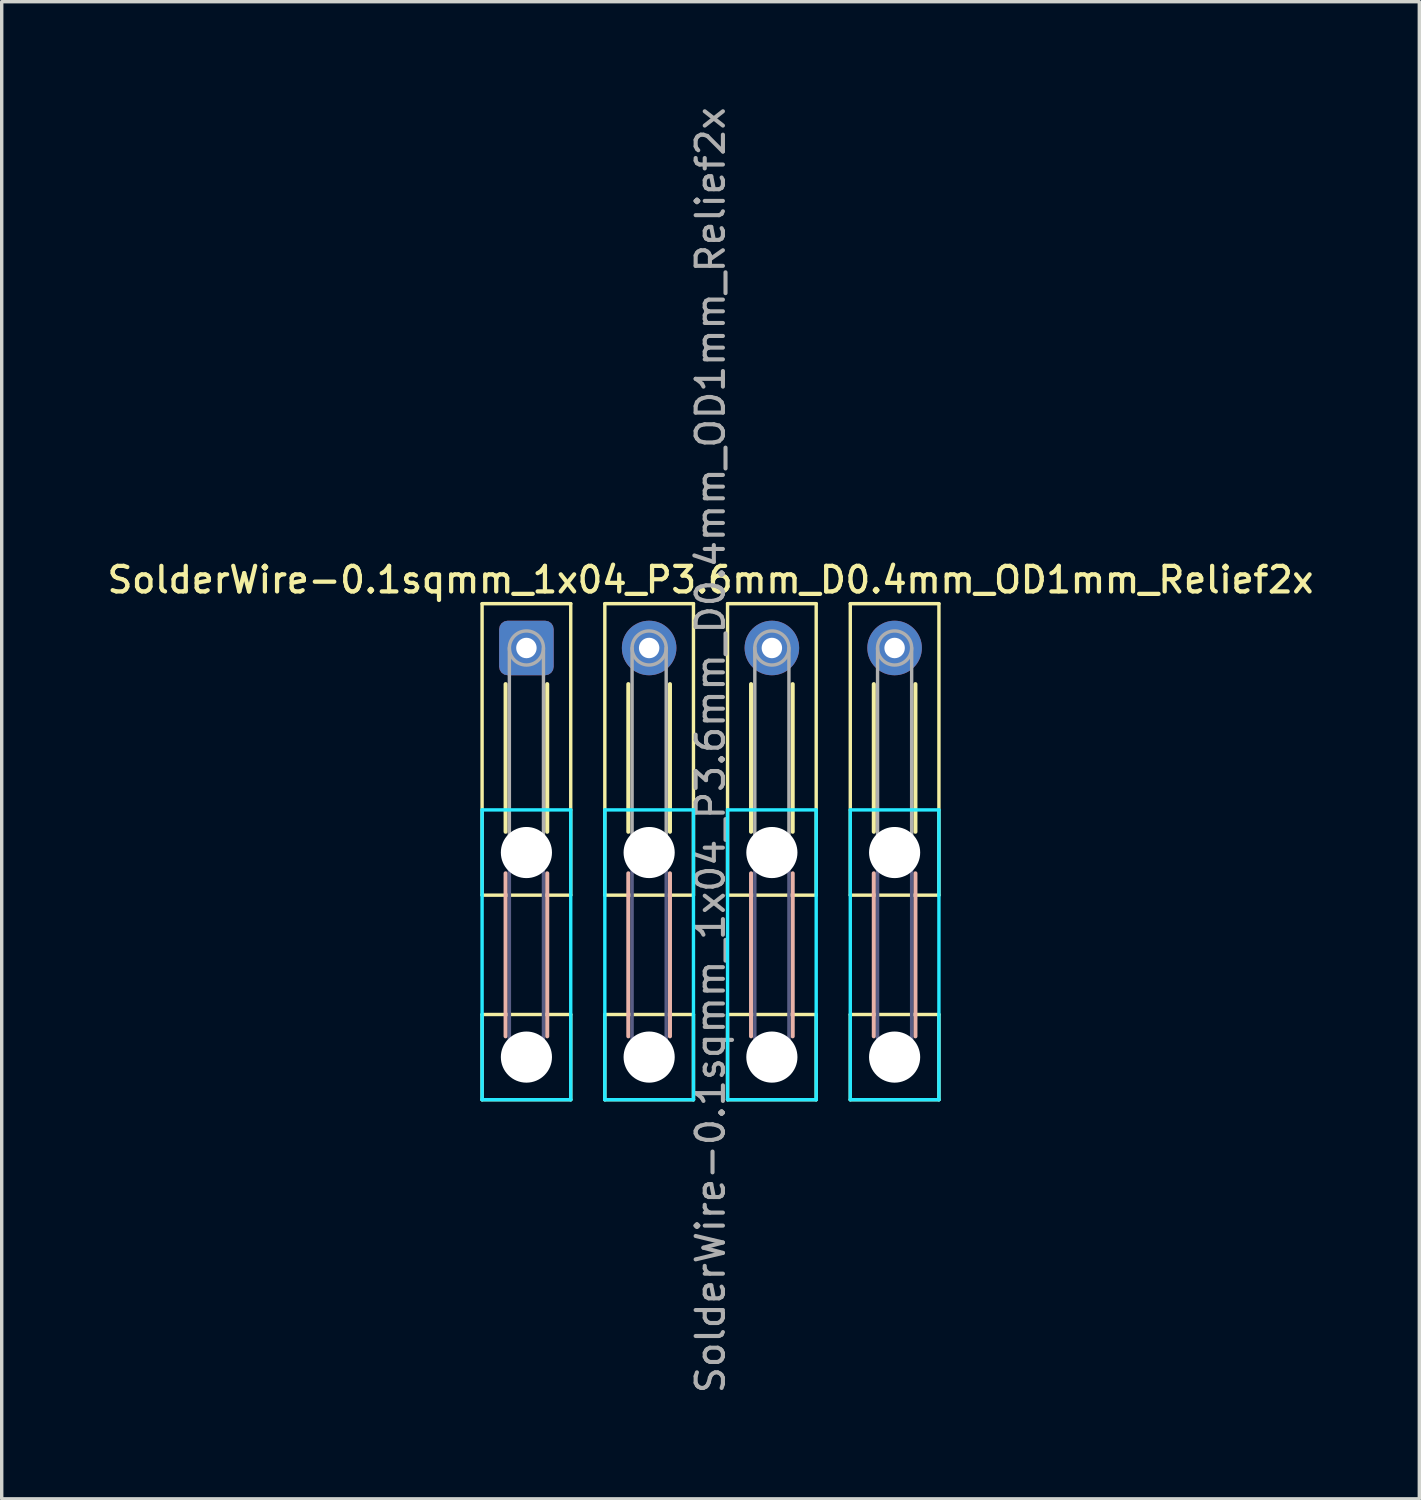
<source format=kicad_pcb>
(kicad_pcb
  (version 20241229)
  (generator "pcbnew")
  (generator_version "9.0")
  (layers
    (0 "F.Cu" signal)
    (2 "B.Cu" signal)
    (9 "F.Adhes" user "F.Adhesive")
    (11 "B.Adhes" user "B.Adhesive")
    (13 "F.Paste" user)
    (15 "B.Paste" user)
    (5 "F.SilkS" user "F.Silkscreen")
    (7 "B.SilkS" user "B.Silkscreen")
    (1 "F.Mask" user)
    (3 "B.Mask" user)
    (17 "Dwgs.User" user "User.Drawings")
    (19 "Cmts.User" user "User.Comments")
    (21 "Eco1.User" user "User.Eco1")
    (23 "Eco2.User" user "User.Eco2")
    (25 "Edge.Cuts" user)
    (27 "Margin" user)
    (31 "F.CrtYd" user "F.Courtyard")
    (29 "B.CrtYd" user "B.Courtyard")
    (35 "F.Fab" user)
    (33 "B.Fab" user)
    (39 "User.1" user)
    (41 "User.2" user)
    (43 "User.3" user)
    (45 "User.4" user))
  (footprint "SolderWire-0.1sqmm_1x04_P3.6mm_D0.4mm_OD1mm_Relief2x"
    (layer "F.Cu")
    (at 12.391 15.957)
    (property "Reference" "SolderWire-0.1sqmm_1x04_P3.6mm_D0.4mm_OD1mm_Relief2x" (at 5.4 -2 0) (layer "F.SilkS") (effects (font (size 0.75 0.75) (thickness 0.125))))
    (attr exclude_from_pos_files exclude_from_bom)
    (fp_line (start -1.3 -1.3) (end -1.3 7.25) (stroke (width 0.1) (type solid)) (layer "F.SilkS"))
    (fp_line (start -1.3 7.25) (end 1.3 7.25) (stroke (width 0.1) (type solid)) (layer "F.SilkS"))
    (fp_line (start -1.3 10.75) (end -1.3 13.25) (stroke (width 0.1) (type solid)) (layer "F.SilkS"))
    (fp_line (start -1.3 13.25) (end 1.3 13.25) (stroke (width 0.1) (type solid)) (layer "F.SilkS"))
    (fp_line (start -0.61 1.06) (end -0.61 5.39) (stroke (width 0.12) (type solid)) (layer "F.SilkS"))
    (fp_line (start 0.61 1.06) (end 0.61 5.39) (stroke (width 0.12) (type solid)) (layer "F.SilkS"))
    (fp_line (start 1.3 -1.3) (end -1.3 -1.3) (stroke (width 0.1) (type solid)) (layer "F.SilkS"))
    (fp_line (start 1.3 7.25) (end 1.3 -1.3) (stroke (width 0.1) (type solid)) (layer "F.SilkS"))
    (fp_line (start 1.3 10.75) (end -1.3 10.75) (stroke (width 0.1) (type solid)) (layer "F.SilkS"))
    (fp_line (start 1.3 13.25) (end 1.3 10.75) (stroke (width 0.1) (type solid)) (layer "F.SilkS"))
    (fp_line (start 2.3 -1.3) (end 2.3 7.25) (stroke (width 0.1) (type solid)) (layer "F.SilkS"))
    (fp_line (start 2.3 7.25) (end 4.9 7.25) (stroke (width 0.1) (type solid)) (layer "F.SilkS"))
    (fp_line (start 2.3 10.75) (end 2.3 13.25) (stroke (width 0.1) (type solid)) (layer "F.SilkS"))
    (fp_line (start 2.3 13.25) (end 4.9 13.25) (stroke (width 0.1) (type solid)) (layer "F.SilkS"))
    (fp_line (start 2.99 1.06) (end 2.99 5.39) (stroke (width 0.12) (type solid)) (layer "F.SilkS"))
    (fp_line (start 4.21 1.06) (end 4.21 5.39) (stroke (width 0.12) (type solid)) (layer "F.SilkS"))
    (fp_line (start 4.9 -1.3) (end 2.3 -1.3) (stroke (width 0.1) (type solid)) (layer "F.SilkS"))
    (fp_line (start 4.9 7.25) (end 4.9 -1.3) (stroke (width 0.1) (type solid)) (layer "F.SilkS"))
    (fp_line (start 4.9 10.75) (end 2.3 10.75) (stroke (width 0.1) (type solid)) (layer "F.SilkS"))
    (fp_line (start 4.9 13.25) (end 4.9 10.75) (stroke (width 0.1) (type solid)) (layer "F.SilkS"))
    (fp_line (start 5.9 -1.3) (end 5.9 7.25) (stroke (width 0.1) (type solid)) (layer "F.SilkS"))
    (fp_line (start 5.9 7.25) (end 8.5 7.25) (stroke (width 0.1) (type solid)) (layer "F.SilkS"))
    (fp_line (start 5.9 10.75) (end 5.9 13.25) (stroke (width 0.1) (type solid)) (layer "F.SilkS"))
    (fp_line (start 5.9 13.25) (end 8.5 13.25) (stroke (width 0.1) (type solid)) (layer "F.SilkS"))
    (fp_line (start 6.59 1.06) (end 6.59 5.39) (stroke (width 0.12) (type solid)) (layer "F.SilkS"))
    (fp_line (start 7.81 1.06) (end 7.81 5.39) (stroke (width 0.12) (type solid)) (layer "F.SilkS"))
    (fp_line (start 8.5 -1.3) (end 5.9 -1.3) (stroke (width 0.1) (type solid)) (layer "F.SilkS"))
    (fp_line (start 8.5 7.25) (end 8.5 -1.3) (stroke (width 0.1) (type solid)) (layer "F.SilkS"))
    (fp_line (start 8.5 10.75) (end 5.9 10.75) (stroke (width 0.1) (type solid)) (layer "F.SilkS"))
    (fp_line (start 8.5 13.25) (end 8.5 10.75) (stroke (width 0.1) (type solid)) (layer "F.SilkS"))
    (fp_line (start 9.5 -1.3) (end 9.5 7.25) (stroke (width 0.1) (type solid)) (layer "F.SilkS"))
    (fp_line (start 9.5 7.25) (end 12.1 7.25) (stroke (width 0.1) (type solid)) (layer "F.SilkS"))
    (fp_line (start 9.5 10.75) (end 9.5 13.25) (stroke (width 0.1) (type solid)) (layer "F.SilkS"))
    (fp_line (start 9.5 13.25) (end 12.1 13.25) (stroke (width 0.1) (type solid)) (layer "F.SilkS"))
    (fp_line (start 10.19 1.06) (end 10.19 5.39) (stroke (width 0.12) (type solid)) (layer "F.SilkS"))
    (fp_line (start 11.41 1.06) (end 11.41 5.39) (stroke (width 0.12) (type solid)) (layer "F.SilkS"))
    (fp_line (start 12.1 -1.3) (end 9.5 -1.3) (stroke (width 0.1) (type solid)) (layer "F.SilkS"))
    (fp_line (start 12.1 7.25) (end 12.1 -1.3) (stroke (width 0.1) (type solid)) (layer "F.SilkS"))
    (fp_line (start 12.1 10.75) (end 9.5 10.75) (stroke (width 0.1) (type solid)) (layer "F.SilkS"))
    (fp_line (start 12.1 13.25) (end 12.1 10.75) (stroke (width 0.1) (type solid)) (layer "F.SilkS"))
    (fp_line (start -0.61 6.61) (end -0.61 11.39) (stroke (width 0.12) (type solid)) (layer "B.SilkS"))
    (fp_line (start 0.61 6.61) (end 0.61 11.39) (stroke (width 0.12) (type solid)) (layer "B.SilkS"))
    (fp_line (start 2.99 6.61) (end 2.99 11.39) (stroke (width 0.12) (type solid)) (layer "B.SilkS"))
    (fp_line (start 4.21 6.61) (end 4.21 11.39) (stroke (width 0.12) (type solid)) (layer "B.SilkS"))
    (fp_line (start 6.59 6.61) (end 6.59 11.39) (stroke (width 0.12) (type solid)) (layer "B.SilkS"))
    (fp_line (start 7.81 6.61) (end 7.81 11.39) (stroke (width 0.12) (type solid)) (layer "B.SilkS"))
    (fp_line (start 10.19 6.61) (end 10.19 11.39) (stroke (width 0.12) (type solid)) (layer "B.SilkS"))
    (fp_line (start 11.41 6.61) (end 11.41 11.39) (stroke (width 0.12) (type solid)) (layer "B.SilkS"))
    (fp_line (start -1.3 4.75) (end -1.3 13.25) (stroke (width 0.1) (type solid)) (layer "B.CrtYd"))
    (fp_line (start -1.3 13.25) (end 1.3 13.25) (stroke (width 0.1) (type solid)) (layer "B.CrtYd"))
    (fp_line (start 1.3 4.75) (end -1.3 4.75) (stroke (width 0.1) (type solid)) (layer "B.CrtYd"))
    (fp_line (start 1.3 13.25) (end 1.3 4.75) (stroke (width 0.1) (type solid)) (layer "B.CrtYd"))
    (fp_line (start 2.3 4.75) (end 2.3 13.25) (stroke (width 0.1) (type solid)) (layer "B.CrtYd"))
    (fp_line (start 2.3 13.25) (end 4.9 13.25) (stroke (width 0.1) (type solid)) (layer "B.CrtYd"))
    (fp_line (start 4.9 4.75) (end 2.3 4.75) (stroke (width 0.1) (type solid)) (layer "B.CrtYd"))
    (fp_line (start 4.9 13.25) (end 4.9 4.75) (stroke (width 0.1) (type solid)) (layer "B.CrtYd"))
    (fp_line (start 5.9 4.75) (end 5.9 13.25) (stroke (width 0.1) (type solid)) (layer "B.CrtYd"))
    (fp_line (start 5.9 13.25) (end 8.5 13.25) (stroke (width 0.1) (type solid)) (layer "B.CrtYd"))
    (fp_line (start 8.5 4.75) (end 5.9 4.75) (stroke (width 0.1) (type solid)) (layer "B.CrtYd"))
    (fp_line (start 8.5 13.25) (end 8.5 4.75) (stroke (width 0.1) (type solid)) (layer "B.CrtYd"))
    (fp_line (start 9.5 4.75) (end 9.5 13.25) (stroke (width 0.1) (type solid)) (layer "B.CrtYd"))
    (fp_line (start 9.5 13.25) (end 12.1 13.25) (stroke (width 0.1) (type solid)) (layer "B.CrtYd"))
    (fp_line (start 12.1 4.75) (end 9.5 4.75) (stroke (width 0.1) (type solid)) (layer "B.CrtYd"))
    (fp_line (start 12.1 13.25) (end 12.1 4.75) (stroke (width 0.1) (type solid)) (layer "B.CrtYd"))
    (fp_line (start -0.5 6) (end -0.5 12) (stroke (width 0.1) (type solid)) (layer "B.Fab"))
    (fp_line (start 0.5 6) (end 0.5 12) (stroke (width 0.1) (type solid)) (layer "B.Fab"))
    (fp_line (start 3.1 6) (end 3.1 12) (stroke (width 0.1) (type solid)) (layer "B.Fab"))
    (fp_line (start 4.1 6) (end 4.1 12) (stroke (width 0.1) (type solid)) (layer "B.Fab"))
    (fp_line (start 6.7 6) (end 6.7 12) (stroke (width 0.1) (type solid)) (layer "B.Fab"))
    (fp_line (start 7.7 6) (end 7.7 12) (stroke (width 0.1) (type solid)) (layer "B.Fab"))
    (fp_line (start 10.3 6) (end 10.3 12) (stroke (width 0.1) (type solid)) (layer "B.Fab"))
    (fp_line (start 11.3 6) (end 11.3 12) (stroke (width 0.1) (type solid)) (layer "B.Fab"))
    (fp_circle (center 0 6) (end 0.5 6) (stroke (width 0.1) (type solid)) (fill no) (layer "B.Fab"))
    (fp_circle (center 0 12) (end 0.5 12) (stroke (width 0.1) (type solid)) (fill no) (layer "B.Fab"))
    (fp_circle (center 3.6 6) (end 4.1 6) (stroke (width 0.1) (type solid)) (fill no) (layer "B.Fab"))
    (fp_circle (center 3.6 12) (end 4.1 12) (stroke (width 0.1) (type solid)) (fill no) (layer "B.Fab"))
    (fp_circle (center 7.2 6) (end 7.7 6) (stroke (width 0.1) (type solid)) (fill no) (layer "B.Fab"))
    (fp_circle (center 7.2 12) (end 7.7 12) (stroke (width 0.1) (type solid)) (fill no) (layer "B.Fab"))
    (fp_circle (center 10.8 6) (end 11.3 6) (stroke (width 0.1) (type solid)) (fill no) (layer "B.Fab"))
    (fp_circle (center 10.8 12) (end 11.3 12) (stroke (width 0.1) (type solid)) (fill no) (layer "B.Fab"))
    (fp_line (start -0.5 0) (end -0.5 6) (stroke (width 0.1) (type solid)) (layer "F.Fab"))
    (fp_line (start 0.5 0) (end 0.5 6) (stroke (width 0.1) (type solid)) (layer "F.Fab"))
    (fp_line (start 3.1 0) (end 3.1 6) (stroke (width 0.1) (type solid)) (layer "F.Fab"))
    (fp_line (start 4.1 0) (end 4.1 6) (stroke (width 0.1) (type solid)) (layer "F.Fab"))
    (fp_line (start 6.7 0) (end 6.7 6) (stroke (width 0.1) (type solid)) (layer "F.Fab"))
    (fp_line (start 7.7 0) (end 7.7 6) (stroke (width 0.1) (type solid)) (layer "F.Fab"))
    (fp_line (start 10.3 0) (end 10.3 6) (stroke (width 0.1) (type solid)) (layer "F.Fab"))
    (fp_line (start 11.3 0) (end 11.3 6) (stroke (width 0.1) (type solid)) (layer "F.Fab"))
    (fp_circle (center 0 0) (end 0.5 0) (stroke (width 0.1) (type solid)) (fill no) (layer "F.Fab"))
    (fp_circle (center 0 6) (end 0.5 6) (stroke (width 0.1) (type solid)) (fill no) (layer "F.Fab"))
    (fp_circle (center 0 12) (end 0.5 12) (stroke (width 0.1) (type solid)) (fill no) (layer "F.Fab"))
    (fp_circle (center 3.6 0) (end 4.1 0) (stroke (width 0.1) (type solid)) (fill no) (layer "F.Fab"))
    (fp_circle (center 3.6 6) (end 4.1 6) (stroke (width 0.1) (type solid)) (fill no) (layer "F.Fab"))
    (fp_circle (center 3.6 12) (end 4.1 12) (stroke (width 0.1) (type solid)) (fill no) (layer "F.Fab"))
    (fp_circle (center 7.2 0) (end 7.7 0) (stroke (width 0.1) (type solid)) (fill no) (layer "F.Fab"))
    (fp_circle (center 7.2 6) (end 7.7 6) (stroke (width 0.1) (type solid)) (fill no) (layer "F.Fab"))
    (fp_circle (center 7.2 12) (end 7.7 12) (stroke (width 0.1) (type solid)) (fill no) (layer "F.Fab"))
    (fp_circle (center 10.8 0) (end 11.3 0) (stroke (width 0.1) (type solid)) (fill no) (layer "F.Fab"))
    (fp_circle (center 10.8 6) (end 11.3 6) (stroke (width 0.1) (type solid)) (fill no) (layer "F.Fab"))
    (fp_circle (center 10.8 12) (end 11.3 12) (stroke (width 0.1) (type solid)) (fill no) (layer "F.Fab"))
    (fp_text user "${REFERENCE}" (at 5.4 3 90) (layer "F.Fab") (effects (font (size 0.8 0.8) (thickness 0.12))))
    (pad "" np_thru_hole circle (at 0 6) (size 1.5 1.5) (drill 1.5) (layers "*.Cu" "*.Mask"))
    (pad "" np_thru_hole circle (at 0 12) (size 1.5 1.5) (drill 1.5) (layers "*.Cu" "*.Mask"))
    (pad "" np_thru_hole circle (at 3.6 6) (size 1.5 1.5) (drill 1.5) (layers "*.Cu" "*.Mask"))
    (pad "" np_thru_hole circle (at 3.6 12) (size 1.5 1.5) (drill 1.5) (layers "*.Cu" "*.Mask"))
    (pad "" np_thru_hole circle (at 7.2 6) (size 1.5 1.5) (drill 1.5) (layers "*.Cu" "*.Mask"))
    (pad "" np_thru_hole circle (at 7.2 12) (size 1.5 1.5) (drill 1.5) (layers "*.Cu" "*.Mask"))
    (pad "" np_thru_hole circle (at 10.8 6) (size 1.5 1.5) (drill 1.5) (layers "*.Cu" "*.Mask"))
    (pad "" np_thru_hole circle (at 10.8 12) (size 1.5 1.5) (drill 1.5) (layers "*.Cu" "*.Mask"))
    (pad "1" thru_hole roundrect (at 0 0) (size 1.6 1.6) (drill 0.6) (layers "*.Cu" "*.Mask") (roundrect_rratio 0.156))
    (pad "2" thru_hole circle (at 3.6 0) (size 1.6 1.6) (drill 0.6) (layers "*.Cu" "*.Mask"))
    (pad "3" thru_hole circle (at 7.2 0) (size 1.6 1.6) (drill 0.6) (layers "*.Cu" "*.Mask"))
    (pad "4" thru_hole circle (at 10.8 0) (size 1.6 1.6) (drill 0.6) (layers "*.Cu" "*.Mask")))
  (gr_rect
    (start -3 -3)
    (end 38.582 40.914)
    (stroke (width 0.1) (type default))
    (fill no)
    (layer "Edge.Cuts")))
</source>
